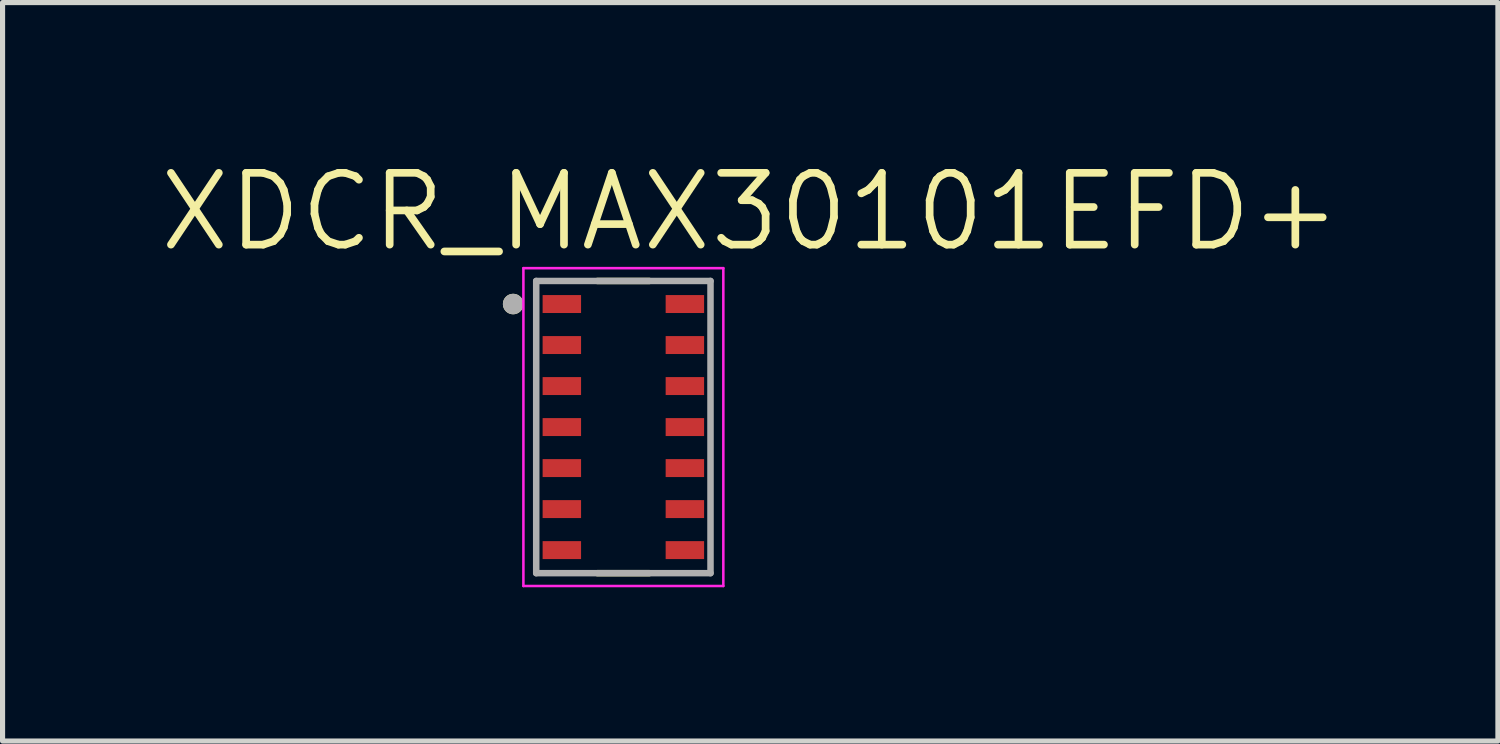
<source format=kicad_pcb>
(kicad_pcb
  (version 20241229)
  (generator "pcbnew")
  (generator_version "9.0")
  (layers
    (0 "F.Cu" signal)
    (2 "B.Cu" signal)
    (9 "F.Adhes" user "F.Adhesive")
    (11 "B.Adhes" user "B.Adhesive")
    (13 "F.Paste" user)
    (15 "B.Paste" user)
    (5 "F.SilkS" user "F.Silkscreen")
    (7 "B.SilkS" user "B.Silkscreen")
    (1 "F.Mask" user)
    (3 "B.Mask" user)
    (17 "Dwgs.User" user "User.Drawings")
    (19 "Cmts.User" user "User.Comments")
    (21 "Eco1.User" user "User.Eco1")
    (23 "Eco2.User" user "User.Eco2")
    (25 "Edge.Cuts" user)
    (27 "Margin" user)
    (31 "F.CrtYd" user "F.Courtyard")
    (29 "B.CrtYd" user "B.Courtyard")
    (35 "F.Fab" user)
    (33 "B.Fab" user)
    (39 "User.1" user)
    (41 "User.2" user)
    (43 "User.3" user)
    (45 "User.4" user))
  (footprint "XDCR_MAX30101EFD+"
    (layer "F.Cu")
    (at 9.11 5.281)
    (property "Reference" "XDCR_MAX30101EFD+" (at 2.475 -4.199 0) (layer "F.SilkS") (effects (font (size 1.4 1.4) (thickness 0.15))))
    (attr smd)
    (fp_line (start -0.505 -2.85) (end 0.505 -2.85) (stroke (width 0.127) (type solid)) (layer "F.SilkS"))
    (fp_line (start 0.505 2.85) (end -0.505 2.85) (stroke (width 0.127) (type solid)) (layer "F.SilkS"))
    (fp_circle (center -2.15 -2.4) (end -2.05 -2.4) (stroke (width 0.2) (type solid)) (fill no) (layer "F.SilkS"))
    (fp_line (start -1.95 -3.1) (end -1.95 3.1) (stroke (width 0.05) (type solid)) (layer "F.CrtYd"))
    (fp_line (start -1.95 3.1) (end 1.95 3.1) (stroke (width 0.05) (type solid)) (layer "F.CrtYd"))
    (fp_line (start 1.95 -3.1) (end -1.95 -3.1) (stroke (width 0.05) (type solid)) (layer "F.CrtYd"))
    (fp_line (start 1.95 3.1) (end 1.95 -3.1) (stroke (width 0.05) (type solid)) (layer "F.CrtYd"))
    (fp_line (start -1.7 -2.85) (end -1.7 2.85) (stroke (width 0.127) (type solid)) (layer "F.Fab"))
    (fp_line (start -1.7 -2.85) (end 1.7 -2.85) (stroke (width 0.127) (type solid)) (layer "F.Fab"))
    (fp_line (start 1.7 2.85) (end -1.7 2.85) (stroke (width 0.127) (type solid)) (layer "F.Fab"))
    (fp_line (start 1.7 2.85) (end 1.7 -2.85) (stroke (width 0.127) (type solid)) (layer "F.Fab"))
    (fp_circle (center -2.15 -2.4) (end -2.05 -2.4) (stroke (width 0.2) (type solid)) (fill no) (layer "F.Fab"))
    (pad "1" smd rect (at -1.2 -2.4) (size 0.75 0.35) (layers "F.Cu" "F.Mask" "F.Paste"))
    (pad "2" smd rect (at -1.2 -1.6) (size 0.75 0.35) (layers "F.Cu" "F.Mask" "F.Paste"))
    (pad "3" smd rect (at -1.2 -0.8) (size 0.75 0.35) (layers "F.Cu" "F.Mask" "F.Paste"))
    (pad "4" smd rect (at -1.2 0) (size 0.75 0.35) (layers "F.Cu" "F.Mask" "F.Paste"))
    (pad "5" smd rect (at -1.2 0.8) (size 0.75 0.35) (layers "F.Cu" "F.Mask" "F.Paste"))
    (pad "6" smd rect (at -1.2 1.6) (size 0.75 0.35) (layers "F.Cu" "F.Mask" "F.Paste"))
    (pad "7" smd rect (at -1.2 2.4) (size 0.75 0.35) (layers "F.Cu" "F.Mask" "F.Paste"))
    (pad "8" smd rect (at 1.2 2.4 180) (size 0.75 0.35) (layers "F.Cu" "F.Mask" "F.Paste"))
    (pad "9" smd rect (at 1.2 1.6 180) (size 0.75 0.35) (layers "F.Cu" "F.Mask" "F.Paste"))
    (pad "10" smd rect (at 1.2 0.8 180) (size 0.75 0.35) (layers "F.Cu" "F.Mask" "F.Paste"))
    (pad "11" smd rect (at 1.2 0 180) (size 0.75 0.35) (layers "F.Cu" "F.Mask" "F.Paste"))
    (pad "12" smd rect (at 1.2 -0.8 180) (size 0.75 0.35) (layers "F.Cu" "F.Mask" "F.Paste"))
    (pad "13" smd rect (at 1.2 -1.6 180) (size 0.75 0.35) (layers "F.Cu" "F.Mask" "F.Paste"))
    (pad "14" smd rect (at 1.2 -2.4 180) (size 0.75 0.35) (layers "F.Cu" "F.Mask" "F.Paste")))
  (gr_rect
    (start -3 -3)
    (end 26.17 11.406)
    (stroke (width 0.1) (type default))
    (fill no)
    (layer "Edge.Cuts")))
</source>
